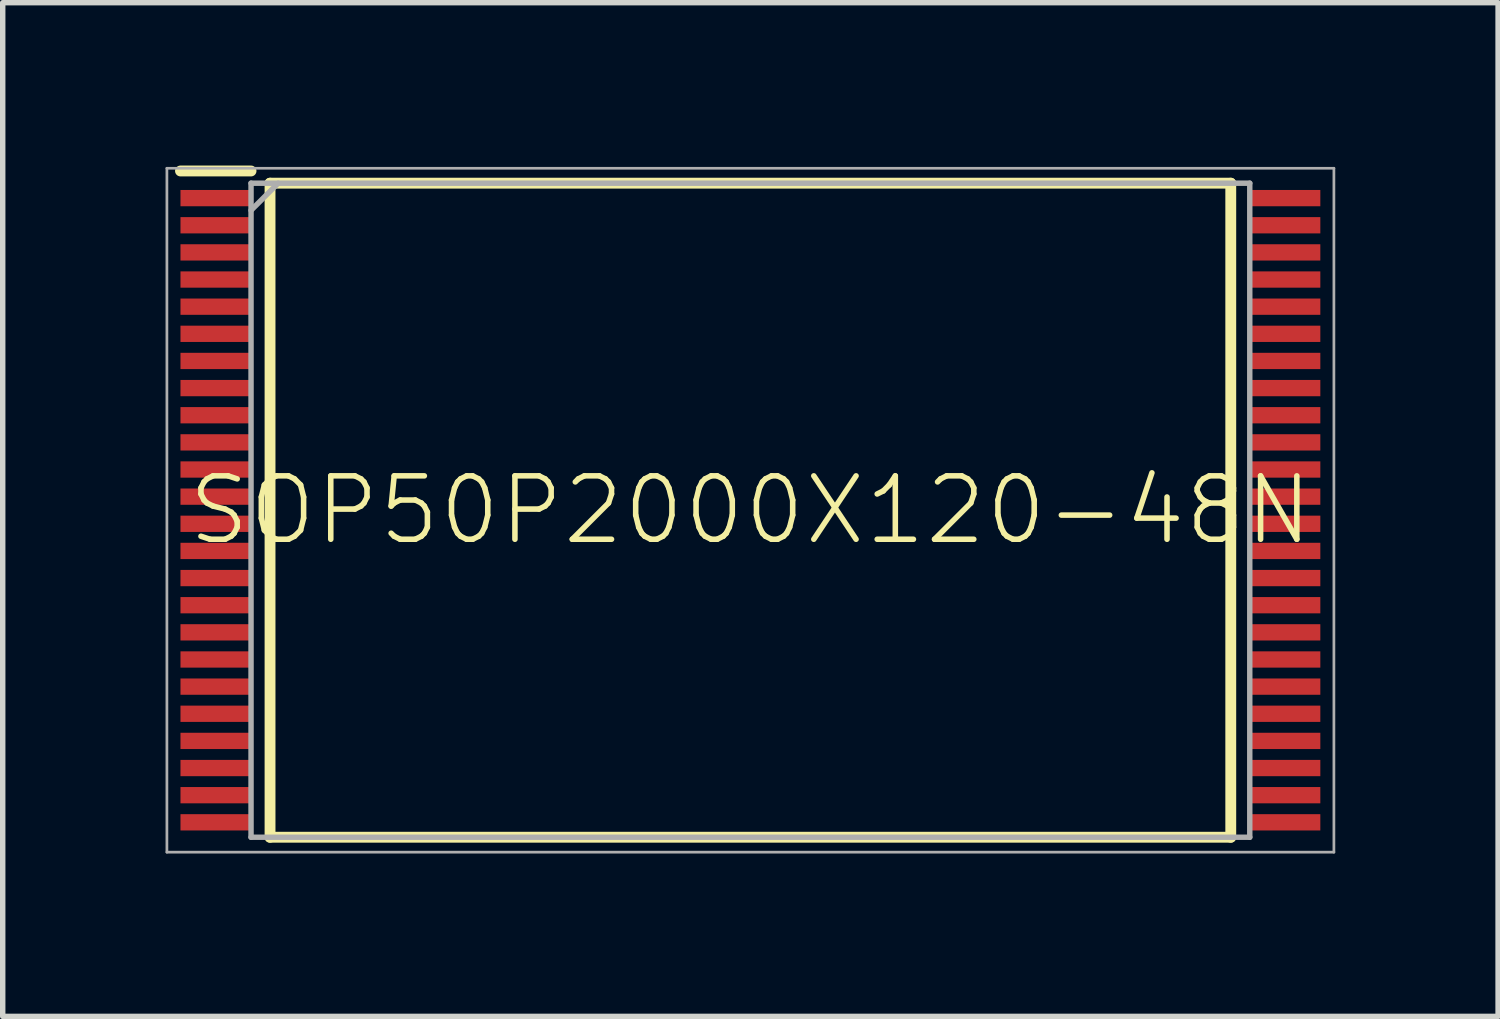
<source format=kicad_pcb>
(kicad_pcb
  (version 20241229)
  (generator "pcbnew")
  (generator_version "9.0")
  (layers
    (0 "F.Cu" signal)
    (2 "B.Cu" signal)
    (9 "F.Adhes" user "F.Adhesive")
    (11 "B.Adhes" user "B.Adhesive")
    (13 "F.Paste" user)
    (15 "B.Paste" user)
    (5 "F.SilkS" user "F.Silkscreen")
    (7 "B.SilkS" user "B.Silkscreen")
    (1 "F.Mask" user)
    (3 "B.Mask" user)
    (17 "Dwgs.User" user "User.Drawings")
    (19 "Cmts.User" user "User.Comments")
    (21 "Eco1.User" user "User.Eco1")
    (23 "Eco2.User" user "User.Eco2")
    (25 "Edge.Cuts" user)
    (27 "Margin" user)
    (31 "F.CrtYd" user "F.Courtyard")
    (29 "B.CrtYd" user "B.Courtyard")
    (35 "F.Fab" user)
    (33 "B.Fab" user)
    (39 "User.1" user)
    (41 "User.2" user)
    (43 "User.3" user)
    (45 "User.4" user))
  (footprint "SOP50P2000X120-48N"
    (layer "F.Cu")
    (at 10.775 6.35)
    (property "Reference" "SOP50P2000X120-48N" (at 0 0 0) (layer "F.SilkS") (effects (font (size 1.168 1.168) (thickness 0.102))))
    (fp_line (start -10.5 -6.25) (end -9.2 -6.25) (stroke (width 0.2) (type solid)) (layer "F.SilkS"))
    (fp_line (start -8.85 -6.025) (end 8.85 -6.025) (stroke (width 0.2) (type solid)) (layer "F.SilkS"))
    (fp_line (start -8.85 6.025) (end -8.85 -6.025) (stroke (width 0.2) (type solid)) (layer "F.SilkS"))
    (fp_line (start 8.85 -6.025) (end 8.85 6.025) (stroke (width 0.2) (type solid)) (layer "F.SilkS"))
    (fp_line (start 8.85 6.025) (end -8.85 6.025) (stroke (width 0.2) (type solid)) (layer "F.SilkS"))
    (fp_line (start -10.75 -6.3) (end 10.75 -6.3) (stroke (width 0.05) (type solid)) (layer "F.Fab"))
    (fp_line (start -10.75 6.3) (end -10.75 -6.3) (stroke (width 0.05) (type solid)) (layer "F.Fab"))
    (fp_line (start -9.2 -6.025) (end 9.2 -6.025) (stroke (width 0.1) (type solid)) (layer "F.Fab"))
    (fp_line (start -9.2 -5.525) (end -8.7 -6.025) (stroke (width 0.1) (type solid)) (layer "F.Fab"))
    (fp_line (start -9.2 6.025) (end -9.2 -6.025) (stroke (width 0.1) (type solid)) (layer "F.Fab"))
    (fp_line (start 9.2 -6.025) (end 9.2 6.025) (stroke (width 0.1) (type solid)) (layer "F.Fab"))
    (fp_line (start 9.2 6.025) (end -9.2 6.025) (stroke (width 0.1) (type solid)) (layer "F.Fab"))
    (fp_line (start 10.75 -6.3) (end 10.75 6.3) (stroke (width 0.05) (type solid)) (layer "F.Fab"))
    (fp_line (start 10.75 6.3) (end -10.75 6.3) (stroke (width 0.05) (type solid)) (layer "F.Fab"))
    (pad "1" smd rect (at -9.85 -5.75) (size 1.3 0.3) (layers "F.Cu" "F.Mask" "F.Paste"))
    (pad "2" smd rect (at -9.85 -5.25) (size 1.3 0.3) (layers "F.Cu" "F.Mask" "F.Paste"))
    (pad "3" smd rect (at -9.85 -4.75) (size 1.3 0.3) (layers "F.Cu" "F.Mask" "F.Paste"))
    (pad "4" smd rect (at -9.85 -4.25) (size 1.3 0.3) (layers "F.Cu" "F.Mask" "F.Paste"))
    (pad "5" smd rect (at -9.85 -3.75) (size 1.3 0.3) (layers "F.Cu" "F.Mask" "F.Paste"))
    (pad "6" smd rect (at -9.85 -3.25) (size 1.3 0.3) (layers "F.Cu" "F.Mask" "F.Paste"))
    (pad "7" smd rect (at -9.85 -2.75) (size 1.3 0.3) (layers "F.Cu" "F.Mask" "F.Paste"))
    (pad "8" smd rect (at -9.85 -2.25) (size 1.3 0.3) (layers "F.Cu" "F.Mask" "F.Paste"))
    (pad "9" smd rect (at -9.85 -1.75) (size 1.3 0.3) (layers "F.Cu" "F.Mask" "F.Paste"))
    (pad "10" smd rect (at -9.85 -1.25) (size 1.3 0.3) (layers "F.Cu" "F.Mask" "F.Paste"))
    (pad "11" smd rect (at -9.85 -0.75) (size 1.3 0.3) (layers "F.Cu" "F.Mask" "F.Paste"))
    (pad "12" smd rect (at -9.85 -0.25) (size 1.3 0.3) (layers "F.Cu" "F.Mask" "F.Paste"))
    (pad "13" smd rect (at -9.85 0.25) (size 1.3 0.3) (layers "F.Cu" "F.Mask" "F.Paste"))
    (pad "14" smd rect (at -9.85 0.75) (size 1.3 0.3) (layers "F.Cu" "F.Mask" "F.Paste"))
    (pad "15" smd rect (at -9.85 1.25) (size 1.3 0.3) (layers "F.Cu" "F.Mask" "F.Paste"))
    (pad "16" smd rect (at -9.85 1.75) (size 1.3 0.3) (layers "F.Cu" "F.Mask" "F.Paste"))
    (pad "17" smd rect (at -9.85 2.25) (size 1.3 0.3) (layers "F.Cu" "F.Mask" "F.Paste"))
    (pad "18" smd rect (at -9.85 2.75) (size 1.3 0.3) (layers "F.Cu" "F.Mask" "F.Paste"))
    (pad "19" smd rect (at -9.85 3.25) (size 1.3 0.3) (layers "F.Cu" "F.Mask" "F.Paste"))
    (pad "20" smd rect (at -9.85 3.75) (size 1.3 0.3) (layers "F.Cu" "F.Mask" "F.Paste"))
    (pad "21" smd rect (at -9.85 4.25) (size 1.3 0.3) (layers "F.Cu" "F.Mask" "F.Paste"))
    (pad "22" smd rect (at -9.85 4.75) (size 1.3 0.3) (layers "F.Cu" "F.Mask" "F.Paste"))
    (pad "23" smd rect (at -9.85 5.25) (size 1.3 0.3) (layers "F.Cu" "F.Mask" "F.Paste"))
    (pad "24" smd rect (at -9.85 5.75) (size 1.3 0.3) (layers "F.Cu" "F.Mask" "F.Paste"))
    (pad "25" smd rect (at 9.85 5.75) (size 1.3 0.3) (layers "F.Cu" "F.Mask" "F.Paste"))
    (pad "26" smd rect (at 9.85 5.25) (size 1.3 0.3) (layers "F.Cu" "F.Mask" "F.Paste"))
    (pad "27" smd rect (at 9.85 4.75) (size 1.3 0.3) (layers "F.Cu" "F.Mask" "F.Paste"))
    (pad "28" smd rect (at 9.85 4.25) (size 1.3 0.3) (layers "F.Cu" "F.Mask" "F.Paste"))
    (pad "29" smd rect (at 9.85 3.75) (size 1.3 0.3) (layers "F.Cu" "F.Mask" "F.Paste"))
    (pad "30" smd rect (at 9.85 3.25) (size 1.3 0.3) (layers "F.Cu" "F.Mask" "F.Paste"))
    (pad "31" smd rect (at 9.85 2.75) (size 1.3 0.3) (layers "F.Cu" "F.Mask" "F.Paste"))
    (pad "32" smd rect (at 9.85 2.25) (size 1.3 0.3) (layers "F.Cu" "F.Mask" "F.Paste"))
    (pad "33" smd rect (at 9.85 1.75) (size 1.3 0.3) (layers "F.Cu" "F.Mask" "F.Paste"))
    (pad "34" smd rect (at 9.85 1.25) (size 1.3 0.3) (layers "F.Cu" "F.Mask" "F.Paste"))
    (pad "35" smd rect (at 9.85 0.75) (size 1.3 0.3) (layers "F.Cu" "F.Mask" "F.Paste"))
    (pad "36" smd rect (at 9.85 0.25) (size 1.3 0.3) (layers "F.Cu" "F.Mask" "F.Paste"))
    (pad "37" smd rect (at 9.85 -0.25) (size 1.3 0.3) (layers "F.Cu" "F.Mask" "F.Paste"))
    (pad "38" smd rect (at 9.85 -0.75) (size 1.3 0.3) (layers "F.Cu" "F.Mask" "F.Paste"))
    (pad "39" smd rect (at 9.85 -1.25) (size 1.3 0.3) (layers "F.Cu" "F.Mask" "F.Paste"))
    (pad "40" smd rect (at 9.85 -1.75) (size 1.3 0.3) (layers "F.Cu" "F.Mask" "F.Paste"))
    (pad "41" smd rect (at 9.85 -2.25) (size 1.3 0.3) (layers "F.Cu" "F.Mask" "F.Paste"))
    (pad "42" smd rect (at 9.85 -2.75) (size 1.3 0.3) (layers "F.Cu" "F.Mask" "F.Paste"))
    (pad "43" smd rect (at 9.85 -3.25) (size 1.3 0.3) (layers "F.Cu" "F.Mask" "F.Paste"))
    (pad "44" smd rect (at 9.85 -3.75) (size 1.3 0.3) (layers "F.Cu" "F.Mask" "F.Paste"))
    (pad "45" smd rect (at 9.85 -4.25) (size 1.3 0.3) (layers "F.Cu" "F.Mask" "F.Paste"))
    (pad "46" smd rect (at 9.85 -4.75) (size 1.3 0.3) (layers "F.Cu" "F.Mask" "F.Paste"))
    (pad "47" smd rect (at 9.85 -5.25) (size 1.3 0.3) (layers "F.Cu" "F.Mask" "F.Paste"))
    (pad "48" smd rect (at 9.85 -5.75) (size 1.3 0.3) (layers "F.Cu" "F.Mask" "F.Paste")))
  (gr_rect
    (start -3 -3)
    (end 24.55 15.675)
    (stroke (width 0.1) (type default))
    (fill no)
    (layer "Edge.Cuts")))
</source>
